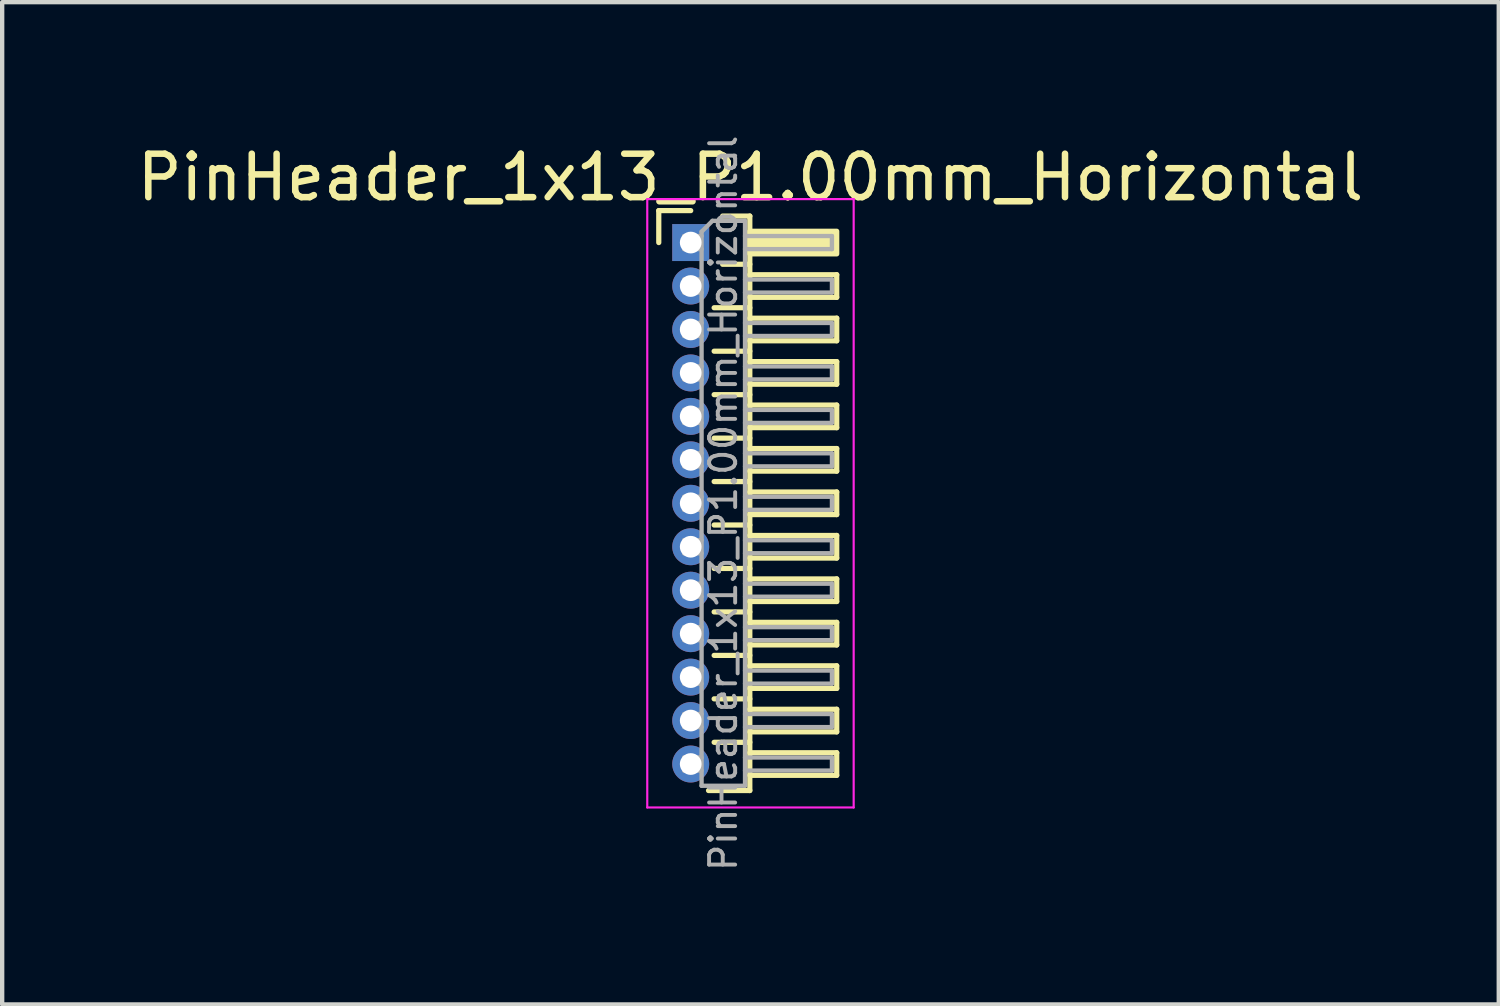
<source format=kicad_pcb>
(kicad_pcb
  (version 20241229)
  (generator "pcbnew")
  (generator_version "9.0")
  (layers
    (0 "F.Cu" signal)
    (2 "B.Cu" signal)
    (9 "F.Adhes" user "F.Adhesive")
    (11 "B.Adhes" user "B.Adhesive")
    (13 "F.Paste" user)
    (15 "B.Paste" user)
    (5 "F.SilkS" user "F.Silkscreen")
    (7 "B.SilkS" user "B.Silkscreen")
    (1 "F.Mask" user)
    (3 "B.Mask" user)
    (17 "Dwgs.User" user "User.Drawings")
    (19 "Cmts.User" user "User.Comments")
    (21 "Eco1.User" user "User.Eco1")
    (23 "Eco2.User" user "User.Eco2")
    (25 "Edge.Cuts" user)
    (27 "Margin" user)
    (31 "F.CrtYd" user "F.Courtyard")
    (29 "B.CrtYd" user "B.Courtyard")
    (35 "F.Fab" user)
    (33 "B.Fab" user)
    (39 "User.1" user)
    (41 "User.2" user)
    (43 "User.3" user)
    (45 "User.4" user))
  (footprint "PinHeader_1x13_P1.00mm_Horizontal"
    (layer "F.Cu")
    (at 12.845 2.532)
    (property "Reference" "PinHeader_1x13_P1.00mm_Horizontal" (at 1.375 -1.5 0) (layer "F.SilkS") (effects (font (size 1 1) (thickness 0.15))))
    (attr through_hole)
    (fp_line (start -0.735 -0.735) (end 0 -0.735) (stroke (width 0.12) (type solid)) (layer "F.SilkS"))
    (fp_line (start -0.735 0) (end -0.735 -0.735) (stroke (width 0.12) (type solid)) (layer "F.SilkS"))
    (fp_line (start 0.539 1.5) (end 1.36 1.5) (stroke (width 0.12) (type solid)) (layer "F.SilkS"))
    (fp_line (start 0.539 2.5) (end 1.36 2.5) (stroke (width 0.12) (type solid)) (layer "F.SilkS"))
    (fp_line (start 0.539 3.5) (end 1.36 3.5) (stroke (width 0.12) (type solid)) (layer "F.SilkS"))
    (fp_line (start 0.539 4.5) (end 1.36 4.5) (stroke (width 0.12) (type solid)) (layer "F.SilkS"))
    (fp_line (start 0.539 5.5) (end 1.36 5.5) (stroke (width 0.12) (type solid)) (layer "F.SilkS"))
    (fp_line (start 0.539 6.5) (end 1.36 6.5) (stroke (width 0.12) (type solid)) (layer "F.SilkS"))
    (fp_line (start 0.539 7.5) (end 1.36 7.5) (stroke (width 0.12) (type solid)) (layer "F.SilkS"))
    (fp_line (start 0.539 8.5) (end 1.36 8.5) (stroke (width 0.12) (type solid)) (layer "F.SilkS"))
    (fp_line (start 0.539 9.5) (end 1.36 9.5) (stroke (width 0.12) (type solid)) (layer "F.SilkS"))
    (fp_line (start 0.539 10.5) (end 1.36 10.5) (stroke (width 0.12) (type solid)) (layer "F.SilkS"))
    (fp_line (start 0.539 11.5) (end 1.36 11.5) (stroke (width 0.12) (type solid)) (layer "F.SilkS"))
    (fp_line (start 0.735 -0.61) (end 1.36 -0.61) (stroke (width 0.12) (type solid)) (layer "F.SilkS"))
    (fp_line (start 0.735 0.5) (end 1.36 0.5) (stroke (width 0.12) (type solid)) (layer "F.SilkS"))
    (fp_line (start 1.36 -0.61) (end 1.36 12.61) (stroke (width 0.12) (type solid)) (layer "F.SilkS"))
    (fp_line (start 1.36 0.74) (end 3.36 0.74) (stroke (width 0.12) (type solid)) (layer "F.SilkS"))
    (fp_line (start 1.36 1.74) (end 3.36 1.74) (stroke (width 0.12) (type solid)) (layer "F.SilkS"))
    (fp_line (start 1.36 2.74) (end 3.36 2.74) (stroke (width 0.12) (type solid)) (layer "F.SilkS"))
    (fp_line (start 1.36 3.74) (end 3.36 3.74) (stroke (width 0.12) (type solid)) (layer "F.SilkS"))
    (fp_line (start 1.36 4.74) (end 3.36 4.74) (stroke (width 0.12) (type solid)) (layer "F.SilkS"))
    (fp_line (start 1.36 5.74) (end 3.36 5.74) (stroke (width 0.12) (type solid)) (layer "F.SilkS"))
    (fp_line (start 1.36 6.74) (end 3.36 6.74) (stroke (width 0.12) (type solid)) (layer "F.SilkS"))
    (fp_line (start 1.36 7.74) (end 3.36 7.74) (stroke (width 0.12) (type solid)) (layer "F.SilkS"))
    (fp_line (start 1.36 8.74) (end 3.36 8.74) (stroke (width 0.12) (type solid)) (layer "F.SilkS"))
    (fp_line (start 1.36 9.74) (end 3.36 9.74) (stroke (width 0.12) (type solid)) (layer "F.SilkS"))
    (fp_line (start 1.36 10.74) (end 3.36 10.74) (stroke (width 0.12) (type solid)) (layer "F.SilkS"))
    (fp_line (start 1.36 11.74) (end 3.36 11.74) (stroke (width 0.12) (type solid)) (layer "F.SilkS"))
    (fp_line (start 1.36 12.61) (end 0.41 12.61) (stroke (width 0.12) (type solid)) (layer "F.SilkS"))
    (fp_line (start 3.36 0.74) (end 3.36 1.26) (stroke (width 0.12) (type solid)) (layer "F.SilkS"))
    (fp_line (start 3.36 1.26) (end 1.36 1.26) (stroke (width 0.12) (type solid)) (layer "F.SilkS"))
    (fp_line (start 3.36 1.74) (end 3.36 2.26) (stroke (width 0.12) (type solid)) (layer "F.SilkS"))
    (fp_line (start 3.36 2.26) (end 1.36 2.26) (stroke (width 0.12) (type solid)) (layer "F.SilkS"))
    (fp_line (start 3.36 2.74) (end 3.36 3.26) (stroke (width 0.12) (type solid)) (layer "F.SilkS"))
    (fp_line (start 3.36 3.26) (end 1.36 3.26) (stroke (width 0.12) (type solid)) (layer "F.SilkS"))
    (fp_line (start 3.36 3.74) (end 3.36 4.26) (stroke (width 0.12) (type solid)) (layer "F.SilkS"))
    (fp_line (start 3.36 4.26) (end 1.36 4.26) (stroke (width 0.12) (type solid)) (layer "F.SilkS"))
    (fp_line (start 3.36 4.74) (end 3.36 5.26) (stroke (width 0.12) (type solid)) (layer "F.SilkS"))
    (fp_line (start 3.36 5.26) (end 1.36 5.26) (stroke (width 0.12) (type solid)) (layer "F.SilkS"))
    (fp_line (start 3.36 5.74) (end 3.36 6.26) (stroke (width 0.12) (type solid)) (layer "F.SilkS"))
    (fp_line (start 3.36 6.26) (end 1.36 6.26) (stroke (width 0.12) (type solid)) (layer "F.SilkS"))
    (fp_line (start 3.36 6.74) (end 3.36 7.26) (stroke (width 0.12) (type solid)) (layer "F.SilkS"))
    (fp_line (start 3.36 7.26) (end 1.36 7.26) (stroke (width 0.12) (type solid)) (layer "F.SilkS"))
    (fp_line (start 3.36 7.74) (end 3.36 8.26) (stroke (width 0.12) (type solid)) (layer "F.SilkS"))
    (fp_line (start 3.36 8.26) (end 1.36 8.26) (stroke (width 0.12) (type solid)) (layer "F.SilkS"))
    (fp_line (start 3.36 8.74) (end 3.36 9.26) (stroke (width 0.12) (type solid)) (layer "F.SilkS"))
    (fp_line (start 3.36 9.26) (end 1.36 9.26) (stroke (width 0.12) (type solid)) (layer "F.SilkS"))
    (fp_line (start 3.36 9.74) (end 3.36 10.26) (stroke (width 0.12) (type solid)) (layer "F.SilkS"))
    (fp_line (start 3.36 10.26) (end 1.36 10.26) (stroke (width 0.12) (type solid)) (layer "F.SilkS"))
    (fp_line (start 3.36 10.74) (end 3.36 11.26) (stroke (width 0.12) (type solid)) (layer "F.SilkS"))
    (fp_line (start 3.36 11.26) (end 1.36 11.26) (stroke (width 0.12) (type solid)) (layer "F.SilkS"))
    (fp_line (start 3.36 11.74) (end 3.36 12.26) (stroke (width 0.12) (type solid)) (layer "F.SilkS"))
    (fp_line (start 3.36 12.26) (end 1.36 12.26) (stroke (width 0.12) (type solid)) (layer "F.SilkS"))
    (fp_rect (start 1.36 -0.26) (end 3.36 0.26) (stroke (width 0.12) (type solid)) (fill yes) (layer "F.SilkS"))
    (fp_line (start -1 -1) (end -1 13) (stroke (width 0.05) (type solid)) (layer "F.CrtYd"))
    (fp_line (start -1 13) (end 3.75 13) (stroke (width 0.05) (type solid)) (layer "F.CrtYd"))
    (fp_line (start 3.75 -1) (end -1 -1) (stroke (width 0.05) (type solid)) (layer "F.CrtYd"))
    (fp_line (start 3.75 13) (end 3.75 -1) (stroke (width 0.05) (type solid)) (layer "F.CrtYd"))
    (fp_line (start -0.15 -0.15) (end -0.15 0.15) (stroke (width 0.1) (type solid)) (layer "F.Fab"))
    (fp_line (start -0.15 -0.15) (end 0.25 -0.15) (stroke (width 0.1) (type solid)) (layer "F.Fab"))
    (fp_line (start -0.15 0.15) (end 0.25 0.15) (stroke (width 0.1) (type solid)) (layer "F.Fab"))
    (fp_line (start -0.15 0.85) (end -0.15 1.15) (stroke (width 0.1) (type solid)) (layer "F.Fab"))
    (fp_line (start -0.15 0.85) (end 0.25 0.85) (stroke (width 0.1) (type solid)) (layer "F.Fab"))
    (fp_line (start -0.15 1.15) (end 0.25 1.15) (stroke (width 0.1) (type solid)) (layer "F.Fab"))
    (fp_line (start -0.15 1.85) (end -0.15 2.15) (stroke (width 0.1) (type solid)) (layer "F.Fab"))
    (fp_line (start -0.15 1.85) (end 0.25 1.85) (stroke (width 0.1) (type solid)) (layer "F.Fab"))
    (fp_line (start -0.15 2.15) (end 0.25 2.15) (stroke (width 0.1) (type solid)) (layer "F.Fab"))
    (fp_line (start -0.15 2.85) (end -0.15 3.15) (stroke (width 0.1) (type solid)) (layer "F.Fab"))
    (fp_line (start -0.15 2.85) (end 0.25 2.85) (stroke (width 0.1) (type solid)) (layer "F.Fab"))
    (fp_line (start -0.15 3.15) (end 0.25 3.15) (stroke (width 0.1) (type solid)) (layer "F.Fab"))
    (fp_line (start -0.15 3.85) (end -0.15 4.15) (stroke (width 0.1) (type solid)) (layer "F.Fab"))
    (fp_line (start -0.15 3.85) (end 0.25 3.85) (stroke (width 0.1) (type solid)) (layer "F.Fab"))
    (fp_line (start -0.15 4.15) (end 0.25 4.15) (stroke (width 0.1) (type solid)) (layer "F.Fab"))
    (fp_line (start -0.15 4.85) (end -0.15 5.15) (stroke (width 0.1) (type solid)) (layer "F.Fab"))
    (fp_line (start -0.15 4.85) (end 0.25 4.85) (stroke (width 0.1) (type solid)) (layer "F.Fab"))
    (fp_line (start -0.15 5.15) (end 0.25 5.15) (stroke (width 0.1) (type solid)) (layer "F.Fab"))
    (fp_line (start -0.15 5.85) (end -0.15 6.15) (stroke (width 0.1) (type solid)) (layer "F.Fab"))
    (fp_line (start -0.15 5.85) (end 0.25 5.85) (stroke (width 0.1) (type solid)) (layer "F.Fab"))
    (fp_line (start -0.15 6.15) (end 0.25 6.15) (stroke (width 0.1) (type solid)) (layer "F.Fab"))
    (fp_line (start -0.15 6.85) (end -0.15 7.15) (stroke (width 0.1) (type solid)) (layer "F.Fab"))
    (fp_line (start -0.15 6.85) (end 0.25 6.85) (stroke (width 0.1) (type solid)) (layer "F.Fab"))
    (fp_line (start -0.15 7.15) (end 0.25 7.15) (stroke (width 0.1) (type solid)) (layer "F.Fab"))
    (fp_line (start -0.15 7.85) (end -0.15 8.15) (stroke (width 0.1) (type solid)) (layer "F.Fab"))
    (fp_line (start -0.15 7.85) (end 0.25 7.85) (stroke (width 0.1) (type solid)) (layer "F.Fab"))
    (fp_line (start -0.15 8.15) (end 0.25 8.15) (stroke (width 0.1) (type solid)) (layer "F.Fab"))
    (fp_line (start -0.15 8.85) (end -0.15 9.15) (stroke (width 0.1) (type solid)) (layer "F.Fab"))
    (fp_line (start -0.15 8.85) (end 0.25 8.85) (stroke (width 0.1) (type solid)) (layer "F.Fab"))
    (fp_line (start -0.15 9.15) (end 0.25 9.15) (stroke (width 0.1) (type solid)) (layer "F.Fab"))
    (fp_line (start -0.15 9.85) (end -0.15 10.15) (stroke (width 0.1) (type solid)) (layer "F.Fab"))
    (fp_line (start -0.15 9.85) (end 0.25 9.85) (stroke (width 0.1) (type solid)) (layer "F.Fab"))
    (fp_line (start -0.15 10.15) (end 0.25 10.15) (stroke (width 0.1) (type solid)) (layer "F.Fab"))
    (fp_line (start -0.15 10.85) (end -0.15 11.15) (stroke (width 0.1) (type solid)) (layer "F.Fab"))
    (fp_line (start -0.15 10.85) (end 0.25 10.85) (stroke (width 0.1) (type solid)) (layer "F.Fab"))
    (fp_line (start -0.15 11.15) (end 0.25 11.15) (stroke (width 0.1) (type solid)) (layer "F.Fab"))
    (fp_line (start -0.15 11.85) (end -0.15 12.15) (stroke (width 0.1) (type solid)) (layer "F.Fab"))
    (fp_line (start -0.15 11.85) (end 0.25 11.85) (stroke (width 0.1) (type solid)) (layer "F.Fab"))
    (fp_line (start -0.15 12.15) (end 0.25 12.15) (stroke (width 0.1) (type solid)) (layer "F.Fab"))
    (fp_line (start 0.25 -0.25) (end 0.5 -0.5) (stroke (width 0.1) (type solid)) (layer "F.Fab"))
    (fp_line (start 0.25 12.5) (end 0.25 -0.25) (stroke (width 0.1) (type solid)) (layer "F.Fab"))
    (fp_line (start 0.5 -0.5) (end 1.25 -0.5) (stroke (width 0.1) (type solid)) (layer "F.Fab"))
    (fp_line (start 1.25 -0.5) (end 1.25 12.5) (stroke (width 0.1) (type solid)) (layer "F.Fab"))
    (fp_line (start 1.25 -0.15) (end 3.25 -0.15) (stroke (width 0.1) (type solid)) (layer "F.Fab"))
    (fp_line (start 1.25 0.15) (end 3.25 0.15) (stroke (width 0.1) (type solid)) (layer "F.Fab"))
    (fp_line (start 1.25 0.85) (end 3.25 0.85) (stroke (width 0.1) (type solid)) (layer "F.Fab"))
    (fp_line (start 1.25 1.15) (end 3.25 1.15) (stroke (width 0.1) (type solid)) (layer "F.Fab"))
    (fp_line (start 1.25 1.85) (end 3.25 1.85) (stroke (width 0.1) (type solid)) (layer "F.Fab"))
    (fp_line (start 1.25 2.15) (end 3.25 2.15) (stroke (width 0.1) (type solid)) (layer "F.Fab"))
    (fp_line (start 1.25 2.85) (end 3.25 2.85) (stroke (width 0.1) (type solid)) (layer "F.Fab"))
    (fp_line (start 1.25 3.15) (end 3.25 3.15) (stroke (width 0.1) (type solid)) (layer "F.Fab"))
    (fp_line (start 1.25 3.85) (end 3.25 3.85) (stroke (width 0.1) (type solid)) (layer "F.Fab"))
    (fp_line (start 1.25 4.15) (end 3.25 4.15) (stroke (width 0.1) (type solid)) (layer "F.Fab"))
    (fp_line (start 1.25 4.85) (end 3.25 4.85) (stroke (width 0.1) (type solid)) (layer "F.Fab"))
    (fp_line (start 1.25 5.15) (end 3.25 5.15) (stroke (width 0.1) (type solid)) (layer "F.Fab"))
    (fp_line (start 1.25 5.85) (end 3.25 5.85) (stroke (width 0.1) (type solid)) (layer "F.Fab"))
    (fp_line (start 1.25 6.15) (end 3.25 6.15) (stroke (width 0.1) (type solid)) (layer "F.Fab"))
    (fp_line (start 1.25 6.85) (end 3.25 6.85) (stroke (width 0.1) (type solid)) (layer "F.Fab"))
    (fp_line (start 1.25 7.15) (end 3.25 7.15) (stroke (width 0.1) (type solid)) (layer "F.Fab"))
    (fp_line (start 1.25 7.85) (end 3.25 7.85) (stroke (width 0.1) (type solid)) (layer "F.Fab"))
    (fp_line (start 1.25 8.15) (end 3.25 8.15) (stroke (width 0.1) (type solid)) (layer "F.Fab"))
    (fp_line (start 1.25 8.85) (end 3.25 8.85) (stroke (width 0.1) (type solid)) (layer "F.Fab"))
    (fp_line (start 1.25 9.15) (end 3.25 9.15) (stroke (width 0.1) (type solid)) (layer "F.Fab"))
    (fp_line (start 1.25 9.85) (end 3.25 9.85) (stroke (width 0.1) (type solid)) (layer "F.Fab"))
    (fp_line (start 1.25 10.15) (end 3.25 10.15) (stroke (width 0.1) (type solid)) (layer "F.Fab"))
    (fp_line (start 1.25 10.85) (end 3.25 10.85) (stroke (width 0.1) (type solid)) (layer "F.Fab"))
    (fp_line (start 1.25 11.15) (end 3.25 11.15) (stroke (width 0.1) (type solid)) (layer "F.Fab"))
    (fp_line (start 1.25 11.85) (end 3.25 11.85) (stroke (width 0.1) (type solid)) (layer "F.Fab"))
    (fp_line (start 1.25 12.15) (end 3.25 12.15) (stroke (width 0.1) (type solid)) (layer "F.Fab"))
    (fp_line (start 1.25 12.5) (end 0.25 12.5) (stroke (width 0.1) (type solid)) (layer "F.Fab"))
    (fp_line (start 3.25 -0.15) (end 3.25 0.15) (stroke (width 0.1) (type solid)) (layer "F.Fab"))
    (fp_line (start 3.25 0.85) (end 3.25 1.15) (stroke (width 0.1) (type solid)) (layer "F.Fab"))
    (fp_line (start 3.25 1.85) (end 3.25 2.15) (stroke (width 0.1) (type solid)) (layer "F.Fab"))
    (fp_line (start 3.25 2.85) (end 3.25 3.15) (stroke (width 0.1) (type solid)) (layer "F.Fab"))
    (fp_line (start 3.25 3.85) (end 3.25 4.15) (stroke (width 0.1) (type solid)) (layer "F.Fab"))
    (fp_line (start 3.25 4.85) (end 3.25 5.15) (stroke (width 0.1) (type solid)) (layer "F.Fab"))
    (fp_line (start 3.25 5.85) (end 3.25 6.15) (stroke (width 0.1) (type solid)) (layer "F.Fab"))
    (fp_line (start 3.25 6.85) (end 3.25 7.15) (stroke (width 0.1) (type solid)) (layer "F.Fab"))
    (fp_line (start 3.25 7.85) (end 3.25 8.15) (stroke (width 0.1) (type solid)) (layer "F.Fab"))
    (fp_line (start 3.25 8.85) (end 3.25 9.15) (stroke (width 0.1) (type solid)) (layer "F.Fab"))
    (fp_line (start 3.25 9.85) (end 3.25 10.15) (stroke (width 0.1) (type solid)) (layer "F.Fab"))
    (fp_line (start 3.25 10.85) (end 3.25 11.15) (stroke (width 0.1) (type solid)) (layer "F.Fab"))
    (fp_line (start 3.25 11.85) (end 3.25 12.15) (stroke (width 0.1) (type solid)) (layer "F.Fab"))
    (fp_text user "${REFERENCE}" (at 0.75 6 90) (layer "F.Fab") (effects (font (size 0.6 0.6) (thickness 0.09))))
    (pad "1" thru_hole rect (at 0 0) (size 0.85 0.85) (drill 0.5) (layers "*.Cu" "*.Mask"))
    (pad "2" thru_hole circle (at 0 1) (size 0.85 0.85) (drill 0.5) (layers "*.Cu" "*.Mask"))
    (pad "3" thru_hole circle (at 0 2) (size 0.85 0.85) (drill 0.5) (layers "*.Cu" "*.Mask"))
    (pad "4" thru_hole circle (at 0 3) (size 0.85 0.85) (drill 0.5) (layers "*.Cu" "*.Mask"))
    (pad "5" thru_hole circle (at 0 4) (size 0.85 0.85) (drill 0.5) (layers "*.Cu" "*.Mask"))
    (pad "6" thru_hole circle (at 0 5) (size 0.85 0.85) (drill 0.5) (layers "*.Cu" "*.Mask"))
    (pad "7" thru_hole circle (at 0 6) (size 0.85 0.85) (drill 0.5) (layers "*.Cu" "*.Mask"))
    (pad "8" thru_hole circle (at 0 7) (size 0.85 0.85) (drill 0.5) (layers "*.Cu" "*.Mask"))
    (pad "9" thru_hole circle (at 0 8) (size 0.85 0.85) (drill 0.5) (layers "*.Cu" "*.Mask"))
    (pad "10" thru_hole circle (at 0 9) (size 0.85 0.85) (drill 0.5) (layers "*.Cu" "*.Mask"))
    (pad "11" thru_hole circle (at 0 10) (size 0.85 0.85) (drill 0.5) (layers "*.Cu" "*.Mask"))
    (pad "12" thru_hole circle (at 0 11) (size 0.85 0.85) (drill 0.5) (layers "*.Cu" "*.Mask"))
    (pad "13" thru_hole circle (at 0 12) (size 0.85 0.85) (drill 0.5) (layers "*.Cu" "*.Mask")))
  (gr_rect
    (start -3 -3)
    (end 31.44 20.064)
    (stroke (width 0.1) (type default))
    (fill no)
    (layer "Edge.Cuts")))
</source>
